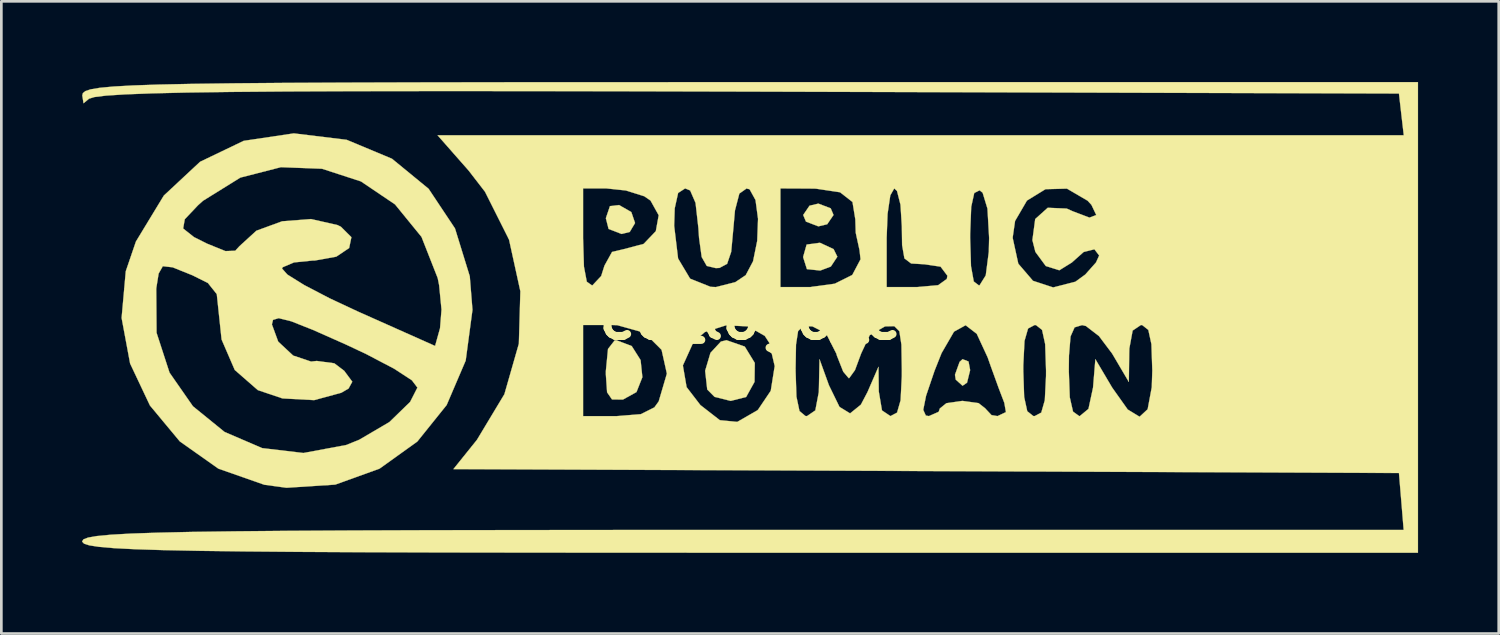
<source format=kicad_pcb>
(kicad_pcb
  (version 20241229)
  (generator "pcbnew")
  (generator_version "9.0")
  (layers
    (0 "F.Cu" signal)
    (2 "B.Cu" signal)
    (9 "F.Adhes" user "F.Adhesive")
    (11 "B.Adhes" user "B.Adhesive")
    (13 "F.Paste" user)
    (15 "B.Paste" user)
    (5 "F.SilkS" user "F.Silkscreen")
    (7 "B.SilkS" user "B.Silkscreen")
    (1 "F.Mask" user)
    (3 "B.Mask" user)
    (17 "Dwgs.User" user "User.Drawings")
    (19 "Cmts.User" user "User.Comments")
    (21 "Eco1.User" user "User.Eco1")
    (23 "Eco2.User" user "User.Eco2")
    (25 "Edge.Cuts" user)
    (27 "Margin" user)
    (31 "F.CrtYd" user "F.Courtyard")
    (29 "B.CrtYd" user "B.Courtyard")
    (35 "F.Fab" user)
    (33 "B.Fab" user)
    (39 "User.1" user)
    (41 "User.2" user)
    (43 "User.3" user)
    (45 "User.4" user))
  (footprint "cc_logo_c"
    (layer "F.Cu")
    (at 24.841 8.754)
    (property "Reference" "cc_logo_c" (at 0 0 0) (layer "F.SilkS") (effects (font (size 1.524 1.524) (thickness 0.3))))
    (attr through_hole)
    (fp_poly (pts (xy -4.415 -3.918) (xy -4.276 -3.511) (xy -4.475 -3.178) (xy -4.777 -3.104) (xy -5.26 -3.29) (xy -5.362 -3.69) (xy -5.21 -4.139) (xy -4.872 -4.18) (xy -4.415 -3.918)) (stroke (width 0.01) (type solid)) (fill yes) (layer "F.SilkS"))
    (fp_poly (pts (xy 3 -4.057) (xy 3.104 -3.81) (xy 2.869 -3.465) (xy 2.54 -3.387) (xy 2.08 -3.563) (xy 1.976 -3.81) (xy 2.211 -4.155) (xy 2.54 -4.233) (xy 3 -4.057)) (stroke (width 0.01) (type solid)) (fill yes) (layer "F.SilkS"))
    (fp_poly (pts (xy 8.124 1.639) (xy 8.184 1.959) (xy 8.069 2.426) (xy 7.902 2.54) (xy 7.649 2.313) (xy 7.62 2.133) (xy 7.792 1.653) (xy 7.902 1.552) (xy 8.124 1.639)) (stroke (width 0.01) (type solid)) (fill yes) (layer "F.SilkS"))
    (fp_poly (pts (xy 2.611 -2.771) (xy 3.107 -2.541) (xy 3.246 -2.258) (xy 3.005 -1.893) (xy 2.611 -1.744) (xy 2.115 -1.796) (xy 1.976 -2.233) (xy 1.976 -2.258) (xy 2.104 -2.71) (xy 2.584 -2.775) (xy 2.611 -2.771)) (stroke (width 0.01) (type solid)) (fill yes) (layer "F.SilkS"))
    (fp_poly (pts (xy -0.196 1.084) (xy 0.176 1.691) (xy 0.167 2.395) (xy -0.145 2.958) (xy -0.72 3.104) (xy -1.319 2.954) (xy -1.592 2.68) (xy -1.67 1.984) (xy -1.472 1.317) (xy -1.084 0.897) (xy -0.876 0.847) (xy -0.196 1.084)) (stroke (width 0.01) (type solid)) (fill yes) (layer "F.SilkS"))
    (fp_poly (pts (xy -4.4 1.064) (xy -4.07 1.586) (xy -4.004 2.221) (xy -4.223 2.775) (xy -4.727 3.054) (xy -5.133 3.049) (xy -5.316 2.785) (xy -5.362 2.12) (xy -5.362 1.995) (xy -5.282 1.172) (xy -5.034 0.853) (xy -4.973 0.847) (xy -4.4 1.064)) (stroke (width 0.01) (type solid)) (fill yes) (layer "F.SilkS"))
    (fp_poly (pts (xy -15 -6.605) (xy -13.315 -5.901) (xy -11.954 -4.785) (xy -10.972 -3.31) (xy -10.422 -1.53) (xy -10.322 -0.282) (xy -10.574 1.604) (xy -11.282 3.257) (xy -12.374 4.616) (xy -13.778 5.623) (xy -15.423 6.216) (xy -17.237 6.334) (xy -18.062 6.222) (xy -19.77 5.623) (xy -21.205 4.61) (xy -22.315 3.275) (xy -23.053 1.714) (xy -23.369 0.018) (xy -23.271 -1.078) (xy -22.081 -1.078) (xy -22.069 0.572) (xy -21.587 2.053) (xy -20.717 3.303) (xy -19.541 4.258) (xy -18.144 4.859) (xy -16.609 5.041) (xy -15.018 4.744) (xy -14.534 4.549) (xy -13.411 3.89) (xy -12.64 3.141) (xy -12.369 2.609) (xy -12.574 2.338) (xy -13.234 1.907) (xy -14.278 1.36) (xy -15.028 1.007) (xy -16.256 0.462) (xy -17.062 0.143) (xy -17.528 0.027) (xy -17.739 0.091) (xy -17.78 0.259) (xy -17.546 0.899) (xy -16.988 1.419) (xy -16.324 1.641) (xy -16.112 1.618) (xy -15.459 1.706) (xy -15.092 1.984) (xy -14.791 2.39) (xy -14.929 2.643) (xy -15.198 2.8) (xy -16.21 3.075) (xy -17.389 3.011) (xy -18.304 2.702) (xy -19.161 1.954) (xy -19.651 0.821) (xy -19.756 -0.169) (xy -19.83 -0.867) (xy -20.16 -1.28) (xy -20.734 -1.567) (xy -21.471 -1.864) (xy -21.837 -1.905) (xy -21.992 -1.632) (xy -22.081 -1.078) (xy -23.271 -1.078) (xy -23.214 -1.718) (xy -22.837 -2.822) (xy -22.543 -3.307) (xy -21.081 -3.307) (xy -20.675 -2.986) (xy -20.188 -2.742) (xy -19.509 -2.467) (xy -19.143 -2.48) (xy -18.988 -2.649) (xy -18.357 -3.225) (xy -17.4 -3.575) (xy -16.326 -3.658) (xy -15.341 -3.435) (xy -15.215 -3.373) (xy -14.824 -2.984) (xy -14.908 -2.581) (xy -15.387 -2.26) (xy -16.181 -2.117) (xy -16.253 -2.117) (xy -16.961 -2.045) (xy -17.376 -1.868) (xy -17.406 -1.82) (xy -17.205 -1.595) (xy -16.584 -1.207) (xy -15.641 -0.715) (xy -14.61 -0.232) (xy -11.712 1.06) (xy -11.528 0.4) (xy -11.473 -0.29) (xy -11.562 -1.2) (xy -11.615 -1.465) (xy -12.217 -2.995) (xy -13.202 -4.203) (xy -14.469 -5.058) (xy -15.917 -5.529) (xy -17.446 -5.587) (xy -18.954 -5.2) (xy -20.342 -4.338) (xy -20.528 -4.171) (xy -21.02 -3.652) (xy -21.081 -3.307) (xy -22.543 -3.307) (xy -21.798 -4.533) (xy -20.45 -5.789) (xy -18.829 -6.567) (xy -16.971 -6.843) (xy -16.956 -6.843) (xy -15 -6.605)) (stroke (width 0.01) (type solid)) (fill yes) (layer "F.SilkS"))
    (fp_poly (pts (xy 24.836 8.749) (xy 0 8.749) (xy -4.351 8.748) (xy -8.171 8.745) (xy -11.494 8.74) (xy -14.354 8.731) (xy -16.783 8.718) (xy -18.816 8.701) (xy -20.485 8.679) (xy -21.826 8.652) (xy -22.871 8.619) (xy -23.653 8.579) (xy -24.207 8.531) (xy -24.566 8.476) (xy -24.764 8.413) (xy -24.834 8.34) (xy -24.836 8.326) (xy -24.786 8.251) (xy -24.615 8.186) (xy -24.288 8.129) (xy -23.772 8.08) (xy -23.033 8.038) (xy -22.037 8.004) (xy -20.751 7.975) (xy -19.141 7.953) (xy -17.172 7.935) (xy -14.811 7.922) (xy -12.025 7.912) (xy -8.78 7.907) (xy -5.042 7.903) (xy -0.776 7.902) (xy -0.265 7.902) (xy 24.305 7.902) (xy 24.218 6.844) (xy 24.13 5.786) (xy 6.55 5.713) (xy -11.03 5.64) (xy -10.156 4.552) (xy -9.135 2.855) (xy -8.597 0.977) (xy -8.577 0.282) (xy -6.209 0.282) (xy -6.209 3.669) (xy -4.949 3.669) (xy -4.059 3.597) (xy -3.558 3.345) (xy -3.397 3.123) (xy -3.093 2.09) (xy -3.16 1.786) (xy -2.498 1.786) (xy -2.359 2.592) (xy -1.847 3.258) (xy -1.123 3.821) (xy -0.475 3.884) (xy 0.259 3.462) (xy 0.295 3.433) (xy 0.77 2.728) (xy 0.893 1.956) (xy 1.693 1.956) (xy 1.725 2.946) (xy 1.838 3.48) (xy 2.059 3.665) (xy 2.117 3.669) (xy 2.427 3.457) (xy 2.556 2.779) (xy 2.561 2.611) (xy 2.583 1.552) (xy 2.934 2.523) (xy 3.326 3.327) (xy 3.72 3.568) (xy 4.12 3.245) (xy 4.367 2.776) (xy 4.776 1.834) (xy 4.787 2.752) (xy 4.906 3.458) (xy 5.221 3.669) (xy 5.466 3.54) (xy 5.496 3.437) (xy 6.44 3.437) (xy 6.536 3.648) (xy 6.651 3.669) (xy 7.014 3.51) (xy 7.056 3.387) (xy 7.301 3.189) (xy 7.892 3.104) (xy 7.902 3.104) (xy 8.497 3.186) (xy 8.749 3.383) (xy 8.749 3.387) (xy 8.979 3.632) (xy 9.202 3.669) (xy 9.515 3.521) (xy 9.455 3.175) (xy 9.238 2.607) (xy 9.01 1.976) (xy 10.16 1.976) (xy 10.193 2.959) (xy 10.308 3.487) (xy 10.532 3.666) (xy 10.583 3.669) (xy 10.829 3.539) (xy 10.961 3.078) (xy 11.006 2.18) (xy 11.007 1.976) (xy 11.853 1.976) (xy 11.889 2.97) (xy 12.01 3.502) (xy 12.241 3.668) (xy 12.26 3.669) (xy 12.584 3.401) (xy 12.753 2.616) (xy 12.754 2.611) (xy 12.841 1.552) (xy 13.467 2.611) (xy 14.044 3.424) (xy 14.485 3.692) (xy 14.785 3.414) (xy 14.938 2.595) (xy 14.958 1.976) (xy 14.925 0.992) (xy 14.81 0.464) (xy 14.585 0.286) (xy 14.534 0.282) (xy 14.227 0.488) (xy 14.104 1.155) (xy 14.099 1.341) (xy 14.086 2.399) (xy 13.464 1.343) (xy 12.974 0.692) (xy 12.489 0.319) (xy 12.347 0.285) (xy 12.068 0.369) (xy 11.918 0.707) (xy 11.859 1.422) (xy 11.853 1.976) (xy 11.007 1.976) (xy 10.974 0.992) (xy 10.859 0.464) (xy 10.634 0.286) (xy 10.583 0.282) (xy 10.338 0.412) (xy 10.206 0.873) (xy 10.161 1.772) (xy 10.16 1.976) (xy 9.01 1.976) (xy 8.939 1.78) (xy 8.834 1.482) (xy 8.43 0.609) (xy 8.016 0.29) (xy 7.584 0.529) (xy 7.122 1.326) (xy 6.863 1.976) (xy 6.545 2.913) (xy 6.44 3.437) (xy 5.496 3.437) (xy 5.598 3.082) (xy 5.643 2.19) (xy 5.644 1.956) (xy 5.629 1.013) (xy 5.552 0.511) (xy 5.365 0.325) (xy 5.021 0.333) (xy 5.019 0.333) (xy 4.45 0.661) (xy 4.131 1.341) (xy 3.902 1.959) (xy 3.689 2.254) (xy 3.669 2.258) (xy 3.465 2.017) (xy 3.232 1.428) (xy 3.206 1.341) (xy 2.824 0.589) (xy 2.319 0.333) (xy 1.974 0.325) (xy 1.786 0.509) (xy 1.709 1.01) (xy 1.693 1.951) (xy 1.693 1.956) (xy 0.893 1.956) (xy 0.917 1.809) (xy 0.712 0.938) (xy 0.548 0.686) (xy -0.066 0.334) (xy -0.891 0.293) (xy -1.681 0.544) (xy -2.101 0.909) (xy -2.498 1.786) (xy -3.16 1.786) (xy -3.29 1.205) (xy -3.925 0.57) (xy -4.937 0.288) (xy -5.124 0.282) (xy -6.209 0.282) (xy -8.577 0.282) (xy -8.541 -0.974) (xy -8.962 -2.893) (xy -9.856 -4.674) (xy -9.952 -4.798) (xy -6.209 -4.798) (xy -6.209 -2.94) (xy -6.177 -1.889) (xy -6.071 -1.329) (xy -5.878 -1.192) (xy -5.856 -1.198) (xy -5.536 -1.54) (xy -5.413 -1.927) (xy -5.132 -2.435) (xy -4.693 -2.54) (xy -3.957 -2.734) (xy -3.504 -3.208) (xy -3.468 -3.407) (xy -2.822 -3.407) (xy -2.676 -2.191) (xy -2.229 -1.442) (xy -1.468 -1.138) (xy -1.27 -1.129) (xy 1.129 -1.129) (xy 2.238 -1.129) (xy 3.149 -1.254) (xy 3.791 -1.574) (xy 3.806 -1.589) (xy 4.109 -2.162) (xy 4.07 -2.506) (xy 3.97 -2.963) (xy 5.08 -2.963) (xy 5.08 -1.129) (xy 6.209 -1.129) (xy 6.994 -1.199) (xy 7.317 -1.431) (xy 7.338 -1.552) (xy 7.085 -1.888) (xy 6.491 -1.976) (xy 5.99 -2.006) (xy 5.74 -2.196) (xy 5.654 -2.69) (xy 5.65 -2.963) (xy 8.184 -2.963) (xy 8.216 -1.905) (xy 8.319 -1.337) (xy 8.509 -1.192) (xy 8.537 -1.199) (xy 8.765 -1.564) (xy 8.878 -2.44) (xy 8.89 -2.963) (xy 9.765 -2.963) (xy 9.975 -1.999) (xy 10.521 -1.362) (xy 11.271 -1.116) (xy 12.098 -1.328) (xy 12.466 -1.596) (xy 12.864 -2.043) (xy 12.982 -2.302) (xy 12.806 -2.534) (xy 12.406 -2.434) (xy 11.976 -2.052) (xy 11.972 -2.046) (xy 11.5 -1.754) (xy 10.997 -1.912) (xy 10.61 -2.438) (xy 10.499 -2.875) (xy 10.604 -3.659) (xy 11.07 -4.078) (xy 11.776 -4.048) (xy 12.004 -3.946) (xy 12.621 -3.712) (xy 12.874 -3.808) (xy 12.695 -4.186) (xy 12.552 -4.341) (xy 11.784 -4.79) (xy 10.986 -4.769) (xy 10.297 -4.346) (xy 9.855 -3.588) (xy 9.765 -2.963) (xy 8.89 -2.963) (xy 8.828 -4.047) (xy 8.649 -4.636) (xy 8.537 -4.727) (xy 8.337 -4.627) (xy 8.224 -4.113) (xy 8.185 -3.115) (xy 8.184 -2.963) (xy 5.65 -2.963) (xy 5.644 -3.387) (xy 5.594 -4.192) (xy 5.464 -4.703) (xy 5.362 -4.798) (xy 5.215 -4.539) (xy 5.114 -3.852) (xy 5.08 -2.963) (xy 3.97 -2.963) (xy 3.93 -3.15) (xy 3.914 -3.651) (xy 3.809 -4.293) (xy 3.347 -4.654) (xy 2.444 -4.789) (xy 2.187 -4.793) (xy 1.129 -4.798) (xy 1.129 -1.129) (xy -1.27 -1.129) (xy -0.548 -1.312) (xy -0.161 -1.572) (xy 0.112 -2.088) (xy 0.266 -2.847) (xy 0.297 -3.667) (xy 0.203 -4.366) (xy -0.016 -4.764) (xy -0.126 -4.798) (xy -0.398 -4.606) (xy -0.561 -3.979) (xy -0.62 -3.316) (xy -0.701 -2.439) (xy -0.853 -1.993) (xy -1.135 -1.842) (xy -1.27 -1.834) (xy -1.609 -1.915) (xy -1.798 -2.246) (xy -1.897 -2.962) (xy -1.92 -3.316) (xy -2.027 -4.261) (xy -2.227 -4.722) (xy -2.414 -4.798) (xy -2.675 -4.628) (xy -2.801 -4.058) (xy -2.822 -3.407) (xy -3.468 -3.407) (xy -3.397 -3.8) (xy -3.701 -4.346) (xy -3.933 -4.506) (xy -4.617 -4.721) (xy -5.344 -4.798) (xy -6.209 -4.798) (xy -9.952 -4.798) (xy -10.465 -5.462) (xy -11.619 -6.773) (xy 24.309 -6.773) (xy 24.219 -7.549) (xy 24.13 -8.326) (xy -0.123 -8.398) (xy -4.55 -8.409) (xy -8.442 -8.416) (xy -11.829 -8.417) (xy -14.742 -8.413) (xy -17.211 -8.403) (xy -19.267 -8.386) (xy -20.938 -8.363) (xy -22.255 -8.332) (xy -23.248 -8.294) (xy -23.947 -8.249) (xy -24.382 -8.195) (xy -24.584 -8.133) (xy -24.602 -8.115) (xy -24.785 -7.964) (xy -24.831 -8.255) (xy -24.809 -8.341) (xy -24.717 -8.416) (xy -24.52 -8.482) (xy -24.185 -8.538) (xy -23.677 -8.586) (xy -22.961 -8.626) (xy -22.003 -8.659) (xy -20.768 -8.685) (xy -19.221 -8.706) (xy -17.329 -8.722) (xy -15.056 -8.733) (xy -12.368 -8.741) (xy -9.231 -8.746) (xy -5.609 -8.748) (xy -1.469 -8.749) (xy 0 -8.749) (xy 24.836 -8.749) (xy 24.836 8.749)) (stroke (width 0.01) (type solid)) (fill yes) (layer "F.SilkS")))
  (gr_rect
    (start -3 -3)
    (end 52.681 20.508)
    (stroke (width 0.1) (type default))
    (fill no)
    (layer "Edge.Cuts")))
</source>
